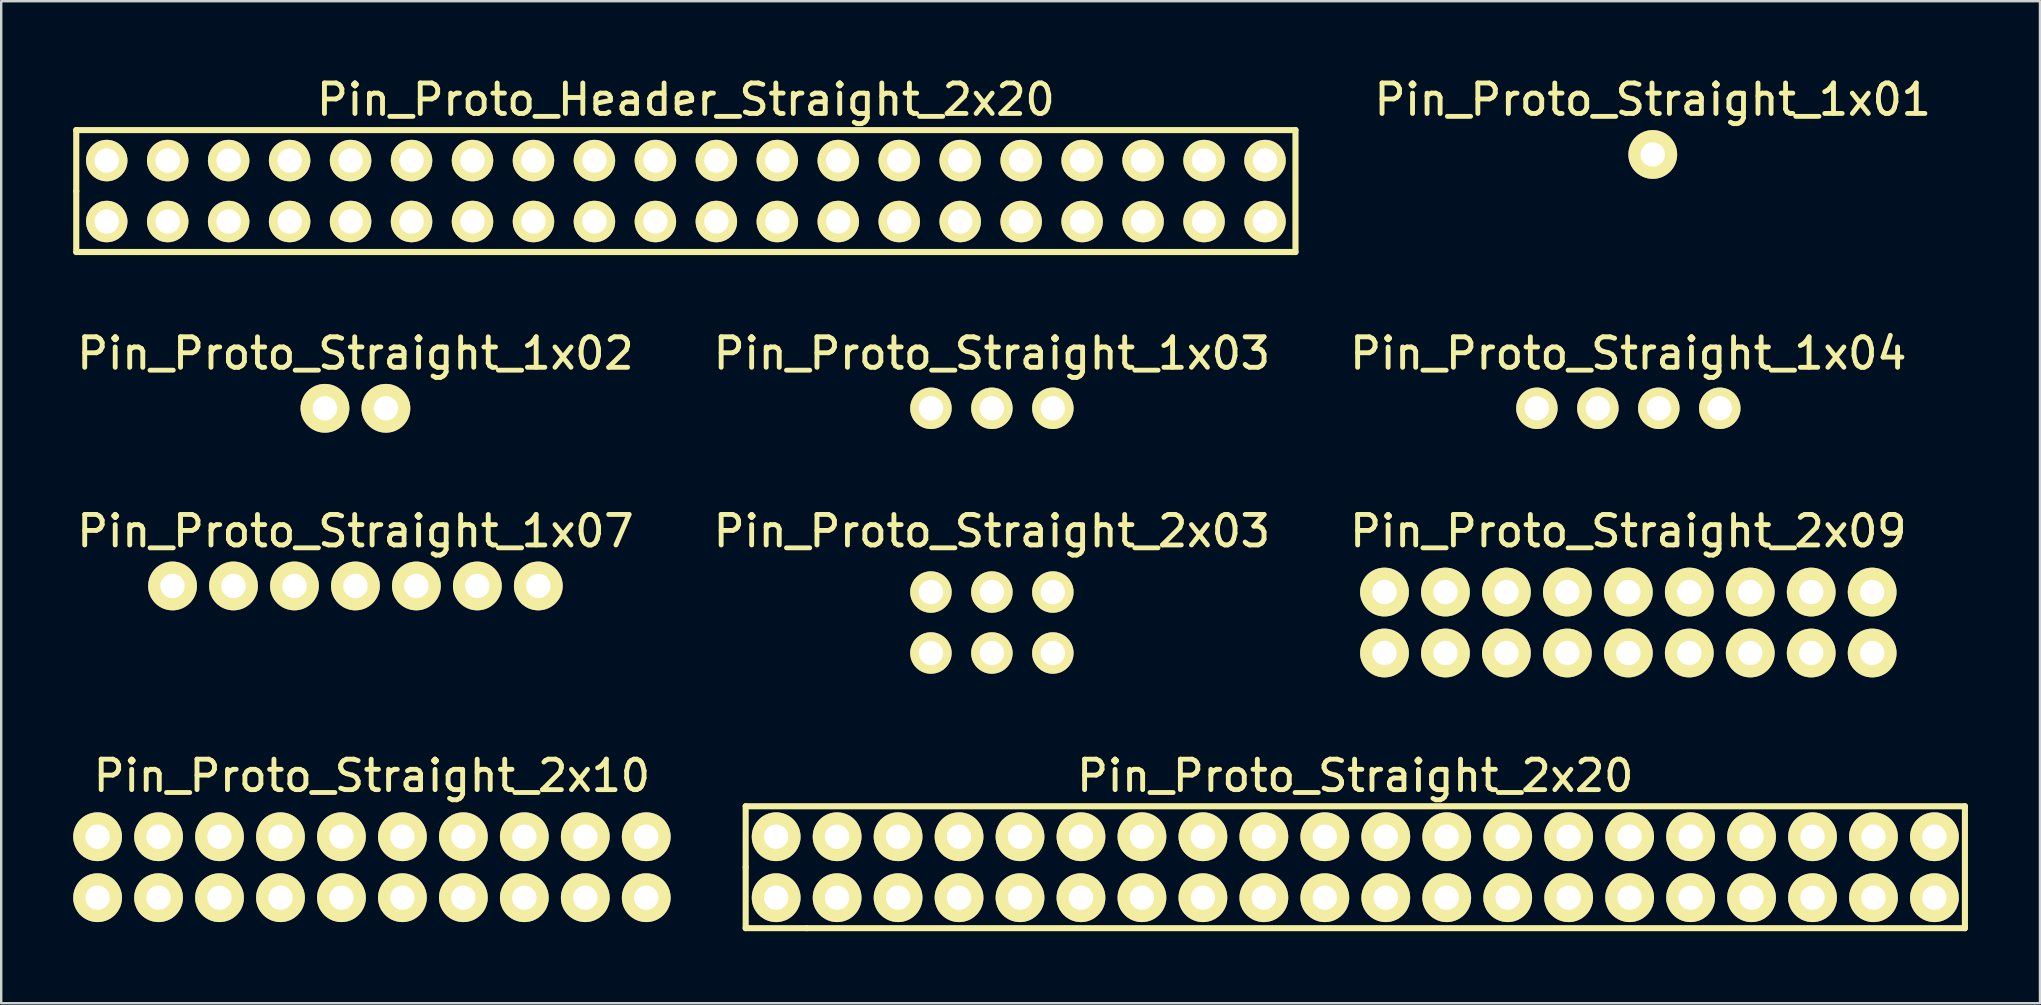
<source format=kicad_pcb>
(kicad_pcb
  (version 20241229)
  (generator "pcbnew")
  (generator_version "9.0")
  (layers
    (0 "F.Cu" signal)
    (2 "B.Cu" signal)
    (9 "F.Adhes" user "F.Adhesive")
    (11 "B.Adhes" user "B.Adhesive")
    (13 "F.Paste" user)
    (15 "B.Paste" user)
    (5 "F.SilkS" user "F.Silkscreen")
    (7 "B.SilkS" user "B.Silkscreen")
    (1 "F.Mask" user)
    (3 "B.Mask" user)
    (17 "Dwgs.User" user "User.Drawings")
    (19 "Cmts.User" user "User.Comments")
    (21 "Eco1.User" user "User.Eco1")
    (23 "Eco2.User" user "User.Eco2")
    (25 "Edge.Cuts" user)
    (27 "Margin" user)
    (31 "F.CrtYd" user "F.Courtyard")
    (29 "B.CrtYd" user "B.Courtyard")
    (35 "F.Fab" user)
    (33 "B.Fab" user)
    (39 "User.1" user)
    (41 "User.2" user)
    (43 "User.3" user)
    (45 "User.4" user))
  (footprint "Pin_Proto_Straight_2x09"
    (layer "F.Cu")
    (at 64.795 22.888)
    (property "Reference" "Pin_Proto_Straight_2x09" (at 0 -3.81 0) (layer "F.SilkS") (effects (font (size 1.27 1.27) (thickness 0.203))))
    (attr through_hole)
    (pad "1" thru_hole circle (at -10.16 1.27) (size 2.032 2.032) (drill 1.016) (layers "*.Cu" "*.Mask" "F.SilkS"))
    (pad "2" thru_hole circle (at -10.16 -1.27) (size 2.032 2.032) (drill 1.016) (layers "*.Cu" "*.Mask" "F.SilkS"))
    (pad "3" thru_hole circle (at -7.62 1.27) (size 2.032 2.032) (drill 1.016) (layers "*.Cu" "*.Mask" "F.SilkS"))
    (pad "4" thru_hole circle (at -7.62 -1.27) (size 2.032 2.032) (drill 1.016) (layers "*.Cu" "*.Mask" "F.SilkS"))
    (pad "5" thru_hole circle (at -5.08 1.27) (size 2.032 2.032) (drill 1.016) (layers "*.Cu" "*.Mask" "F.SilkS"))
    (pad "6" thru_hole circle (at -5.08 -1.27) (size 2.032 2.032) (drill 1.016) (layers "*.Cu" "*.Mask" "F.SilkS"))
    (pad "7" thru_hole circle (at -2.54 1.27) (size 2.032 2.032) (drill 1.016) (layers "*.Cu" "*.Mask" "F.SilkS"))
    (pad "8" thru_hole circle (at -2.54 -1.27) (size 2.032 2.032) (drill 1.016) (layers "*.Cu" "*.Mask" "F.SilkS"))
    (pad "9" thru_hole circle (at 0 1.27) (size 2.032 2.032) (drill 1.016) (layers "*.Cu" "*.Mask" "F.SilkS"))
    (pad "10" thru_hole circle (at 0 -1.27) (size 2.032 2.032) (drill 1.016) (layers "*.Cu" "*.Mask" "F.SilkS"))
    (pad "11" thru_hole circle (at 2.54 1.27) (size 2.032 2.032) (drill 1.016) (layers "*.Cu" "*.Mask" "F.SilkS"))
    (pad "12" thru_hole circle (at 2.54 -1.27) (size 2.032 2.032) (drill 1.016) (layers "*.Cu" "*.Mask" "F.SilkS"))
    (pad "13" thru_hole circle (at 5.08 1.27) (size 2.032 2.032) (drill 1.016) (layers "*.Cu" "*.Mask" "F.SilkS"))
    (pad "14" thru_hole circle (at 5.08 -1.27) (size 2.032 2.032) (drill 1.016) (layers "*.Cu" "*.Mask" "F.SilkS"))
    (pad "15" thru_hole circle (at 7.62 1.27) (size 2.032 2.032) (drill 1.016) (layers "*.Cu" "*.Mask" "F.SilkS"))
    (pad "16" thru_hole circle (at 7.62 -1.27) (size 2.032 2.032) (drill 1.016) (layers "*.Cu" "*.Mask" "F.SilkS"))
    (pad "17" thru_hole circle (at 10.16 1.27) (size 2.032 2.032) (drill 1.016) (layers "*.Cu" "*.Mask" "F.SilkS"))
    (pad "18" thru_hole circle (at 10.16 -1.27) (size 2.032 2.032) (drill 1.016) (layers "*.Cu" "*.Mask" "F.SilkS")))
  (footprint "Pin_Proto_Header_Straight_2x20"
    (layer "F.Cu")
    (at 25.527 4.91)
    (property "Reference" "Pin_Proto_Header_Straight_2x20" (at 0 -3.81 0) (layer "F.SilkS") (effects (font (size 1.27 1.27) (thickness 0.203))))
    (attr through_hole)
    (fp_line (start -25.4 -2.54) (end -25.4 0) (stroke (width 0.254) (type solid)) (layer "F.SilkS"))
    (fp_line (start -25.4 2.54) (end -25.4 0) (stroke (width 0.254) (type solid)) (layer "F.SilkS"))
    (fp_line (start -25.4 2.54) (end -22.86 2.54) (stroke (width 0.254) (type solid)) (layer "F.SilkS"))
    (fp_line (start -22.86 2.54) (end 25.4 2.54) (stroke (width 0.254) (type solid)) (layer "F.SilkS"))
    (fp_line (start 25.4 -2.54) (end -25.4 -2.54) (stroke (width 0.254) (type solid)) (layer "F.SilkS"))
    (fp_line (start 25.4 -2.54) (end 25.4 2.54) (stroke (width 0.254) (type solid)) (layer "F.SilkS"))
    (pad "1" thru_hole circle (at -24.13 1.27) (size 1.727 1.727) (drill 1.016) (layers "*.Cu" "*.Mask" "F.SilkS"))
    (pad "2" thru_hole oval (at -24.13 -1.27) (size 1.727 1.727) (drill 1.016) (layers "*.Cu" "*.Mask" "F.SilkS"))
    (pad "3" thru_hole oval (at -21.59 1.27) (size 1.727 1.727) (drill 1.016) (layers "*.Cu" "*.Mask" "F.SilkS"))
    (pad "4" thru_hole oval (at -21.59 -1.27) (size 1.727 1.727) (drill 1.016) (layers "*.Cu" "*.Mask" "F.SilkS"))
    (pad "5" thru_hole oval (at -19.05 1.27) (size 1.727 1.727) (drill 1.016) (layers "*.Cu" "*.Mask" "F.SilkS"))
    (pad "6" thru_hole oval (at -19.05 -1.27) (size 1.727 1.727) (drill 1.016) (layers "*.Cu" "*.Mask" "F.SilkS"))
    (pad "7" thru_hole oval (at -16.51 1.27) (size 1.727 1.727) (drill 1.016) (layers "*.Cu" "*.Mask" "F.SilkS"))
    (pad "8" thru_hole oval (at -16.51 -1.27) (size 1.727 1.727) (drill 1.016) (layers "*.Cu" "*.Mask" "F.SilkS"))
    (pad "9" thru_hole oval (at -13.97 1.27) (size 1.727 1.727) (drill 1.016) (layers "*.Cu" "*.Mask" "F.SilkS"))
    (pad "10" thru_hole oval (at -13.97 -1.27) (size 1.727 1.727) (drill 1.016) (layers "*.Cu" "*.Mask" "F.SilkS"))
    (pad "11" thru_hole oval (at -11.43 1.27) (size 1.727 1.727) (drill 1.016) (layers "*.Cu" "*.Mask" "F.SilkS"))
    (pad "12" thru_hole oval (at -11.43 -1.27) (size 1.727 1.727) (drill 1.016) (layers "*.Cu" "*.Mask" "F.SilkS"))
    (pad "13" thru_hole oval (at -8.89 1.27) (size 1.727 1.727) (drill 1.016) (layers "*.Cu" "*.Mask" "F.SilkS"))
    (pad "14" thru_hole oval (at -8.89 -1.27) (size 1.727 1.727) (drill 1.016) (layers "*.Cu" "*.Mask" "F.SilkS"))
    (pad "15" thru_hole oval (at -6.35 1.27) (size 1.727 1.727) (drill 1.016) (layers "*.Cu" "*.Mask" "F.SilkS"))
    (pad "16" thru_hole oval (at -6.35 -1.27) (size 1.727 1.727) (drill 1.016) (layers "*.Cu" "*.Mask" "F.SilkS"))
    (pad "17" thru_hole oval (at -3.81 1.27) (size 1.727 1.727) (drill 1.016) (layers "*.Cu" "*.Mask" "F.SilkS"))
    (pad "18" thru_hole oval (at -3.81 -1.27) (size 1.727 1.727) (drill 1.016) (layers "*.Cu" "*.Mask" "F.SilkS"))
    (pad "19" thru_hole oval (at -1.27 1.27) (size 1.727 1.727) (drill 1.016) (layers "*.Cu" "*.Mask" "F.SilkS"))
    (pad "20" thru_hole oval (at -1.27 -1.27) (size 1.727 1.727) (drill 1.016) (layers "*.Cu" "*.Mask" "F.SilkS"))
    (pad "21" thru_hole oval (at 1.27 1.27) (size 1.727 1.727) (drill 1.016) (layers "*.Cu" "*.Mask" "F.SilkS"))
    (pad "22" thru_hole oval (at 1.27 -1.27) (size 1.727 1.727) (drill 1.016) (layers "*.Cu" "*.Mask" "F.SilkS"))
    (pad "23" thru_hole oval (at 3.81 1.27) (size 1.727 1.727) (drill 1.016) (layers "*.Cu" "*.Mask" "F.SilkS"))
    (pad "24" thru_hole oval (at 3.81 -1.27) (size 1.727 1.727) (drill 1.016) (layers "*.Cu" "*.Mask" "F.SilkS"))
    (pad "25" thru_hole oval (at 6.35 1.27) (size 1.727 1.727) (drill 1.016) (layers "*.Cu" "*.Mask" "F.SilkS"))
    (pad "26" thru_hole oval (at 6.35 -1.27) (size 1.727 1.727) (drill 1.016) (layers "*.Cu" "*.Mask" "F.SilkS"))
    (pad "27" thru_hole oval (at 8.89 1.27) (size 1.727 1.727) (drill 1.016) (layers "*.Cu" "*.Mask" "F.SilkS"))
    (pad "28" thru_hole oval (at 8.89 -1.27) (size 1.727 1.727) (drill 1.016) (layers "*.Cu" "*.Mask" "F.SilkS"))
    (pad "29" thru_hole oval (at 11.43 1.27) (size 1.727 1.727) (drill 1.016) (layers "*.Cu" "*.Mask" "F.SilkS"))
    (pad "30" thru_hole oval (at 11.43 -1.27) (size 1.727 1.727) (drill 1.016) (layers "*.Cu" "*.Mask" "F.SilkS"))
    (pad "31" thru_hole oval (at 13.97 1.27) (size 1.727 1.727) (drill 1.016) (layers "*.Cu" "*.Mask" "F.SilkS"))
    (pad "32" thru_hole oval (at 13.97 -1.27) (size 1.727 1.727) (drill 1.016) (layers "*.Cu" "*.Mask" "F.SilkS"))
    (pad "33" thru_hole oval (at 16.51 1.27) (size 1.727 1.727) (drill 1.016) (layers "*.Cu" "*.Mask" "F.SilkS"))
    (pad "34" thru_hole oval (at 16.51 -1.27) (size 1.727 1.727) (drill 1.016) (layers "*.Cu" "*.Mask" "F.SilkS"))
    (pad "35" thru_hole oval (at 19.05 1.27) (size 1.727 1.727) (drill 1.016) (layers "*.Cu" "*.Mask" "F.SilkS"))
    (pad "36" thru_hole oval (at 19.05 -1.27) (size 1.727 1.727) (drill 1.016) (layers "*.Cu" "*.Mask" "F.SilkS"))
    (pad "37" thru_hole oval (at 21.59 1.27) (size 1.727 1.727) (drill 1.016) (layers "*.Cu" "*.Mask" "F.SilkS"))
    (pad "38" thru_hole oval (at 21.59 -1.27) (size 1.727 1.727) (drill 1.016) (layers "*.Cu" "*.Mask" "F.SilkS"))
    (pad "39" thru_hole oval (at 24.13 1.27) (size 1.727 1.727) (drill 1.016) (layers "*.Cu" "*.Mask" "F.SilkS"))
    (pad "40" thru_hole oval (at 24.13 -1.27) (size 1.727 1.727) (drill 1.016) (layers "*.Cu" "*.Mask" "F.SilkS")))
  (footprint "Pin_Proto_Straight_2x10"
    (layer "F.Cu")
    (at 12.446 33.083)
    (property "Reference" "Pin_Proto_Straight_2x10" (at 0 -3.81 0) (layer "F.SilkS") (effects (font (size 1.27 1.27) (thickness 0.203))))
    (attr through_hole)
    (pad "1" thru_hole circle (at -11.43 1.27) (size 2.032 2.032) (drill 1.016) (layers "*.Cu" "*.Mask" "F.SilkS"))
    (pad "2" thru_hole circle (at -11.43 -1.27) (size 2.032 2.032) (drill 1.016) (layers "*.Cu" "*.Mask" "F.SilkS"))
    (pad "3" thru_hole circle (at -8.89 1.27) (size 2.032 2.032) (drill 1.016) (layers "*.Cu" "*.Mask" "F.SilkS"))
    (pad "4" thru_hole circle (at -8.89 -1.27) (size 2.032 2.032) (drill 1.016) (layers "*.Cu" "*.Mask" "F.SilkS"))
    (pad "5" thru_hole circle (at -6.35 1.27) (size 2.032 2.032) (drill 1.016) (layers "*.Cu" "*.Mask" "F.SilkS"))
    (pad "6" thru_hole circle (at -6.35 -1.27) (size 2.032 2.032) (drill 1.016) (layers "*.Cu" "*.Mask" "F.SilkS"))
    (pad "7" thru_hole circle (at -3.81 1.27) (size 2.032 2.032) (drill 1.016) (layers "*.Cu" "*.Mask" "F.SilkS"))
    (pad "8" thru_hole circle (at -3.81 -1.27) (size 2.032 2.032) (drill 1.016) (layers "*.Cu" "*.Mask" "F.SilkS"))
    (pad "9" thru_hole circle (at -1.27 1.27) (size 2.032 2.032) (drill 1.016) (layers "*.Cu" "*.Mask" "F.SilkS"))
    (pad "10" thru_hole circle (at -1.27 -1.27) (size 2.032 2.032) (drill 1.016) (layers "*.Cu" "*.Mask" "F.SilkS"))
    (pad "11" thru_hole circle (at 1.27 1.27) (size 2.032 2.032) (drill 1.016) (layers "*.Cu" "*.Mask" "F.SilkS"))
    (pad "12" thru_hole circle (at 1.27 -1.27) (size 2.032 2.032) (drill 1.016) (layers "*.Cu" "*.Mask" "F.SilkS"))
    (pad "13" thru_hole circle (at 3.81 1.27) (size 2.032 2.032) (drill 1.016) (layers "*.Cu" "*.Mask" "F.SilkS"))
    (pad "14" thru_hole circle (at 3.81 -1.27) (size 2.032 2.032) (drill 1.016) (layers "*.Cu" "*.Mask" "F.SilkS"))
    (pad "15" thru_hole circle (at 6.35 1.27) (size 2.032 2.032) (drill 1.016) (layers "*.Cu" "*.Mask" "F.SilkS"))
    (pad "16" thru_hole circle (at 6.35 -1.27) (size 2.032 2.032) (drill 1.016) (layers "*.Cu" "*.Mask" "F.SilkS"))
    (pad "17" thru_hole circle (at 8.89 1.27) (size 2.032 2.032) (drill 1.016) (layers "*.Cu" "*.Mask" "F.SilkS"))
    (pad "18" thru_hole circle (at 8.89 -1.27) (size 2.032 2.032) (drill 1.016) (layers "*.Cu" "*.Mask" "F.SilkS"))
    (pad "19" thru_hole circle (at 11.43 1.27) (size 2.032 2.032) (drill 1.016) (layers "*.Cu" "*.Mask" "F.SilkS"))
    (pad "20" thru_hole circle (at 11.43 -1.27) (size 2.032 2.032) (drill 1.016) (layers "*.Cu" "*.Mask" "F.SilkS")))
  (footprint "Pin_Proto_Straight_2x03"
    (layer "F.Cu")
    (at 38.277 22.888)
    (property "Reference" "Pin_Proto_Straight_2x03" (at 0 -3.81 0) (layer "F.SilkS") (effects (font (size 1.27 1.27) (thickness 0.203))))
    (attr through_hole)
    (pad "1" thru_hole circle (at -2.54 1.27) (size 1.727 1.727) (drill 1.016) (layers "*.Cu" "*.Mask" "F.SilkS"))
    (pad "2" thru_hole oval (at -2.54 -1.27) (size 1.727 1.727) (drill 1.016) (layers "*.Cu" "*.Mask" "F.SilkS"))
    (pad "3" thru_hole oval (at 0 1.27) (size 1.727 1.727) (drill 1.016) (layers "*.Cu" "*.Mask" "F.SilkS"))
    (pad "4" thru_hole oval (at 0 -1.27) (size 1.727 1.727) (drill 1.016) (layers "*.Cu" "*.Mask" "F.SilkS"))
    (pad "5" thru_hole oval (at 2.54 1.27) (size 1.727 1.727) (drill 1.016) (layers "*.Cu" "*.Mask" "F.SilkS"))
    (pad "6" thru_hole oval (at 2.54 -1.27) (size 1.727 1.727) (drill 1.016) (layers "*.Cu" "*.Mask" "F.SilkS")))
  (footprint "Pin_Proto_Straight_1x07"
    (layer "F.Cu")
    (at 11.759 21.364)
    (property "Reference" "Pin_Proto_Straight_1x07" (at 0 -2.286 0) (layer "F.SilkS") (effects (font (size 1.27 1.27) (thickness 0.203))))
    (attr through_hole)
    (pad "1" thru_hole circle (at -7.62 0) (size 2.032 2.032) (drill oval 1.016) (layers "*.Cu" "*.Mask" "F.SilkS"))
    (pad "2" thru_hole circle (at -5.08 0) (size 2.032 2.032) (drill 1.016) (layers "*.Cu" "*.Mask" "F.SilkS"))
    (pad "3" thru_hole circle (at -2.54 0) (size 2.032 2.032) (drill 1.016) (layers "*.Cu" "*.Mask" "F.SilkS"))
    (pad "4" thru_hole circle (at 0 0) (size 2.032 2.032) (drill 1.016) (layers "*.Cu" "*.Mask" "F.SilkS"))
    (pad "5" thru_hole circle (at 2.54 0) (size 2.032 2.032) (drill 1.016) (layers "*.Cu" "*.Mask" "F.SilkS"))
    (pad "6" thru_hole circle (at 5.08 0) (size 2.032 2.032) (drill 1.016) (layers "*.Cu" "*.Mask" "F.SilkS"))
    (pad "7" thru_hole circle (at 7.62 0) (size 2.032 2.032) (drill 1.016) (layers "*.Cu" "*.Mask" "F.SilkS")))
  (footprint "Pin_Proto_Straight_1x02"
    (layer "F.Cu")
    (at 11.759 13.962)
    (property "Reference" "Pin_Proto_Straight_1x02" (at 0 -2.286 0) (layer "F.SilkS") (effects (font (size 1.27 1.27) (thickness 0.203))))
    (attr through_hole)
    (pad "1" thru_hole circle (at -1.27 0) (size 2.032 2.032) (drill 1.016) (layers "*.Cu" "*.Mask" "F.SilkS"))
    (pad "2" thru_hole oval (at 1.27 0) (size 2.032 2.032) (drill 1.016) (layers "*.Cu" "*.Mask" "F.SilkS")))
  (footprint "Pin_Proto_Straight_1x03"
    (layer "F.Cu")
    (at 38.277 13.962)
    (property "Reference" "Pin_Proto_Straight_1x03" (at 0 -2.286 0) (layer "F.SilkS") (effects (font (size 1.27 1.27) (thickness 0.203))))
    (attr through_hole)
    (pad "1" thru_hole circle (at -2.54 0) (size 1.727 1.727) (drill 1.016) (layers "*.Cu" "*.Mask" "F.SilkS"))
    (pad "2" thru_hole circle (at 0 0) (size 1.727 1.727) (drill 1.016) (layers "*.Cu" "*.Mask" "F.SilkS"))
    (pad "3" thru_hole circle (at 2.54 0) (size 1.727 1.727) (drill 1.016) (layers "*.Cu" "*.Mask" "F.SilkS")))
  (footprint "Pin_Proto_Straight_1x01"
    (layer "F.Cu")
    (at 65.813 3.386)
    (property "Reference" "Pin_Proto_Straight_1x01" (at 0 -2.286 0) (layer "F.SilkS") (effects (font (size 1.27 1.27) (thickness 0.203))))
    (attr through_hole)
    (pad "1" thru_hole circle (at 0 0) (size 2.032 2.032) (drill 1.016) (layers "*.Cu" "*.Mask" "F.SilkS")))
  (footprint "Pin_Proto_Straight_2x20"
    (layer "F.Cu")
    (at 53.419 33.083)
    (property "Reference" "Pin_Proto_Straight_2x20" (at 0 -3.81 0) (layer "F.SilkS") (effects (font (size 1.27 1.27) (thickness 0.203))))
    (attr through_hole)
    (fp_line (start -25.4 -2.54) (end -25.4 0) (stroke (width 0.254) (type solid)) (layer "F.SilkS"))
    (fp_line (start -25.4 2.54) (end -25.4 0) (stroke (width 0.254) (type solid)) (layer "F.SilkS"))
    (fp_line (start -25.4 2.54) (end -22.86 2.54) (stroke (width 0.254) (type solid)) (layer "F.SilkS"))
    (fp_line (start -22.86 2.54) (end 25.4 2.54) (stroke (width 0.254) (type solid)) (layer "F.SilkS"))
    (fp_line (start 25.4 -2.54) (end -25.4 -2.54) (stroke (width 0.254) (type solid)) (layer "F.SilkS"))
    (fp_line (start 25.4 -2.54) (end 25.4 2.54) (stroke (width 0.254) (type solid)) (layer "F.SilkS"))
    (pad "1" thru_hole circle (at -24.13 1.27) (size 2.032 2.032) (drill 1.016) (layers "*.Cu" "*.Mask" "F.SilkS"))
    (pad "2" thru_hole circle (at -24.13 -1.27) (size 2.032 2.032) (drill 1.016) (layers "*.Cu" "*.Mask" "F.SilkS"))
    (pad "3" thru_hole circle (at -21.59 1.27) (size 2.032 2.032) (drill 1.016) (layers "*.Cu" "*.Mask" "F.SilkS"))
    (pad "4" thru_hole circle (at -21.59 -1.27) (size 2.032 2.032) (drill 1.016) (layers "*.Cu" "*.Mask" "F.SilkS"))
    (pad "5" thru_hole circle (at -19.05 1.27) (size 2.032 2.032) (drill 1.016) (layers "*.Cu" "*.Mask" "F.SilkS"))
    (pad "6" thru_hole circle (at -19.05 -1.27) (size 2.032 2.032) (drill 1.016) (layers "*.Cu" "*.Mask" "F.SilkS"))
    (pad "7" thru_hole circle (at -16.51 1.27) (size 2.032 2.032) (drill 1.016) (layers "*.Cu" "*.Mask" "F.SilkS"))
    (pad "8" thru_hole circle (at -16.51 -1.27) (size 2.032 2.032) (drill 1.016) (layers "*.Cu" "*.Mask" "F.SilkS"))
    (pad "9" thru_hole circle (at -13.97 1.27) (size 2.032 2.032) (drill 1.016) (layers "*.Cu" "*.Mask" "F.SilkS"))
    (pad "10" thru_hole circle (at -13.97 -1.27) (size 2.032 2.032) (drill 1.016) (layers "*.Cu" "*.Mask" "F.SilkS"))
    (pad "11" thru_hole circle (at -11.43 1.27) (size 2.032 2.032) (drill 1.016) (layers "*.Cu" "*.Mask" "F.SilkS"))
    (pad "12" thru_hole circle (at -11.43 -1.27) (size 2.032 2.032) (drill 1.016) (layers "*.Cu" "*.Mask" "F.SilkS"))
    (pad "13" thru_hole circle (at -8.89 1.27) (size 2.032 2.032) (drill 1.016) (layers "*.Cu" "*.Mask" "F.SilkS"))
    (pad "14" thru_hole circle (at -8.89 -1.27) (size 2.032 2.032) (drill 1.016) (layers "*.Cu" "*.Mask" "F.SilkS"))
    (pad "15" thru_hole circle (at -6.35 1.27) (size 2.032 2.032) (drill 1.016) (layers "*.Cu" "*.Mask" "F.SilkS"))
    (pad "16" thru_hole circle (at -6.35 -1.27) (size 2.032 2.032) (drill 1.016) (layers "*.Cu" "*.Mask" "F.SilkS"))
    (pad "17" thru_hole circle (at -3.81 1.27) (size 2.032 2.032) (drill 1.016) (layers "*.Cu" "*.Mask" "F.SilkS"))
    (pad "18" thru_hole circle (at -3.81 -1.27) (size 2.032 2.032) (drill 1.016) (layers "*.Cu" "*.Mask" "F.SilkS"))
    (pad "19" thru_hole circle (at -1.27 1.27) (size 2.032 2.032) (drill 1.016) (layers "*.Cu" "*.Mask" "F.SilkS"))
    (pad "20" thru_hole circle (at -1.27 -1.27) (size 2.032 2.032) (drill 1.016) (layers "*.Cu" "*.Mask" "F.SilkS"))
    (pad "21" thru_hole circle (at 1.27 1.27) (size 2.032 2.032) (drill 1.016) (layers "*.Cu" "*.Mask" "F.SilkS"))
    (pad "22" thru_hole circle (at 1.27 -1.27) (size 2.032 2.032) (drill 1.016) (layers "*.Cu" "*.Mask" "F.SilkS"))
    (pad "23" thru_hole circle (at 3.81 1.27) (size 2.032 2.032) (drill 1.016) (layers "*.Cu" "*.Mask" "F.SilkS"))
    (pad "24" thru_hole circle (at 3.81 -1.27) (size 2.032 2.032) (drill 1.016) (layers "*.Cu" "*.Mask" "F.SilkS"))
    (pad "25" thru_hole circle (at 6.35 1.27) (size 2.032 2.032) (drill 1.016) (layers "*.Cu" "*.Mask" "F.SilkS"))
    (pad "26" thru_hole circle (at 6.35 -1.27) (size 2.032 2.032) (drill 1.016) (layers "*.Cu" "*.Mask" "F.SilkS"))
    (pad "27" thru_hole circle (at 8.89 1.27) (size 2.032 2.032) (drill 1.016) (layers "*.Cu" "*.Mask" "F.SilkS"))
    (pad "28" thru_hole circle (at 8.89 -1.27) (size 2.032 2.032) (drill 1.016) (layers "*.Cu" "*.Mask" "F.SilkS"))
    (pad "29" thru_hole circle (at 11.43 1.27) (size 2.032 2.032) (drill 1.016) (layers "*.Cu" "*.Mask" "F.SilkS"))
    (pad "30" thru_hole circle (at 11.43 -1.27) (size 2.032 2.032) (drill 1.016) (layers "*.Cu" "*.Mask" "F.SilkS"))
    (pad "31" thru_hole circle (at 13.97 1.27) (size 2.032 2.032) (drill 1.016) (layers "*.Cu" "*.Mask" "F.SilkS"))
    (pad "32" thru_hole circle (at 13.97 -1.27) (size 2.032 2.032) (drill 1.016) (layers "*.Cu" "*.Mask" "F.SilkS"))
    (pad "33" thru_hole circle (at 16.51 1.27) (size 2.032 2.032) (drill 1.016) (layers "*.Cu" "*.Mask" "F.SilkS"))
    (pad "34" thru_hole circle (at 16.51 -1.27) (size 2.032 2.032) (drill 1.016) (layers "*.Cu" "*.Mask" "F.SilkS"))
    (pad "35" thru_hole circle (at 19.05 1.27) (size 2.032 2.032) (drill 1.016) (layers "*.Cu" "*.Mask" "F.SilkS"))
    (pad "36" thru_hole circle (at 19.05 -1.27) (size 2.032 2.032) (drill 1.016) (layers "*.Cu" "*.Mask" "F.SilkS"))
    (pad "37" thru_hole circle (at 21.59 1.27) (size 2.032 2.032) (drill 1.016) (layers "*.Cu" "*.Mask" "F.SilkS"))
    (pad "38" thru_hole circle (at 21.59 -1.27) (size 2.032 2.032) (drill 1.016) (layers "*.Cu" "*.Mask" "F.SilkS"))
    (pad "39" thru_hole circle (at 24.13 1.27) (size 2.032 2.032) (drill 1.016) (layers "*.Cu" "*.Mask" "F.SilkS"))
    (pad "40" thru_hole circle (at 24.13 -1.27) (size 2.032 2.032) (drill 1.016) (layers "*.Cu" "*.Mask" "F.SilkS")))
  (footprint "Pin_Proto_Straight_1x04"
    (layer "F.Cu")
    (at 64.795 13.962)
    (property "Reference" "Pin_Proto_Straight_1x04" (at 0 -2.286 0) (layer "F.SilkS") (effects (font (size 1.27 1.27) (thickness 0.203))))
    (attr through_hole)
    (pad "1" thru_hole circle (at -3.81 0) (size 1.727 1.727) (drill 1.016) (layers "*.Cu" "*.Mask" "F.SilkS"))
    (pad "2" thru_hole circle (at -1.27 0) (size 1.727 1.727) (drill 1.016) (layers "*.Cu" "*.Mask" "F.SilkS"))
    (pad "3" thru_hole circle (at 1.27 0) (size 1.727 1.727) (drill 1.016) (layers "*.Cu" "*.Mask" "F.SilkS"))
    (pad "4" thru_hole circle (at 3.81 0) (size 1.727 1.727) (drill 1.016) (layers "*.Cu" "*.Mask" "F.SilkS")))
  (gr_rect
    (start -3 -3)
    (end 81.946 38.75)
    (stroke (width 0.1) (type default))
    (fill no)
    (layer "Edge.Cuts")))
</source>
